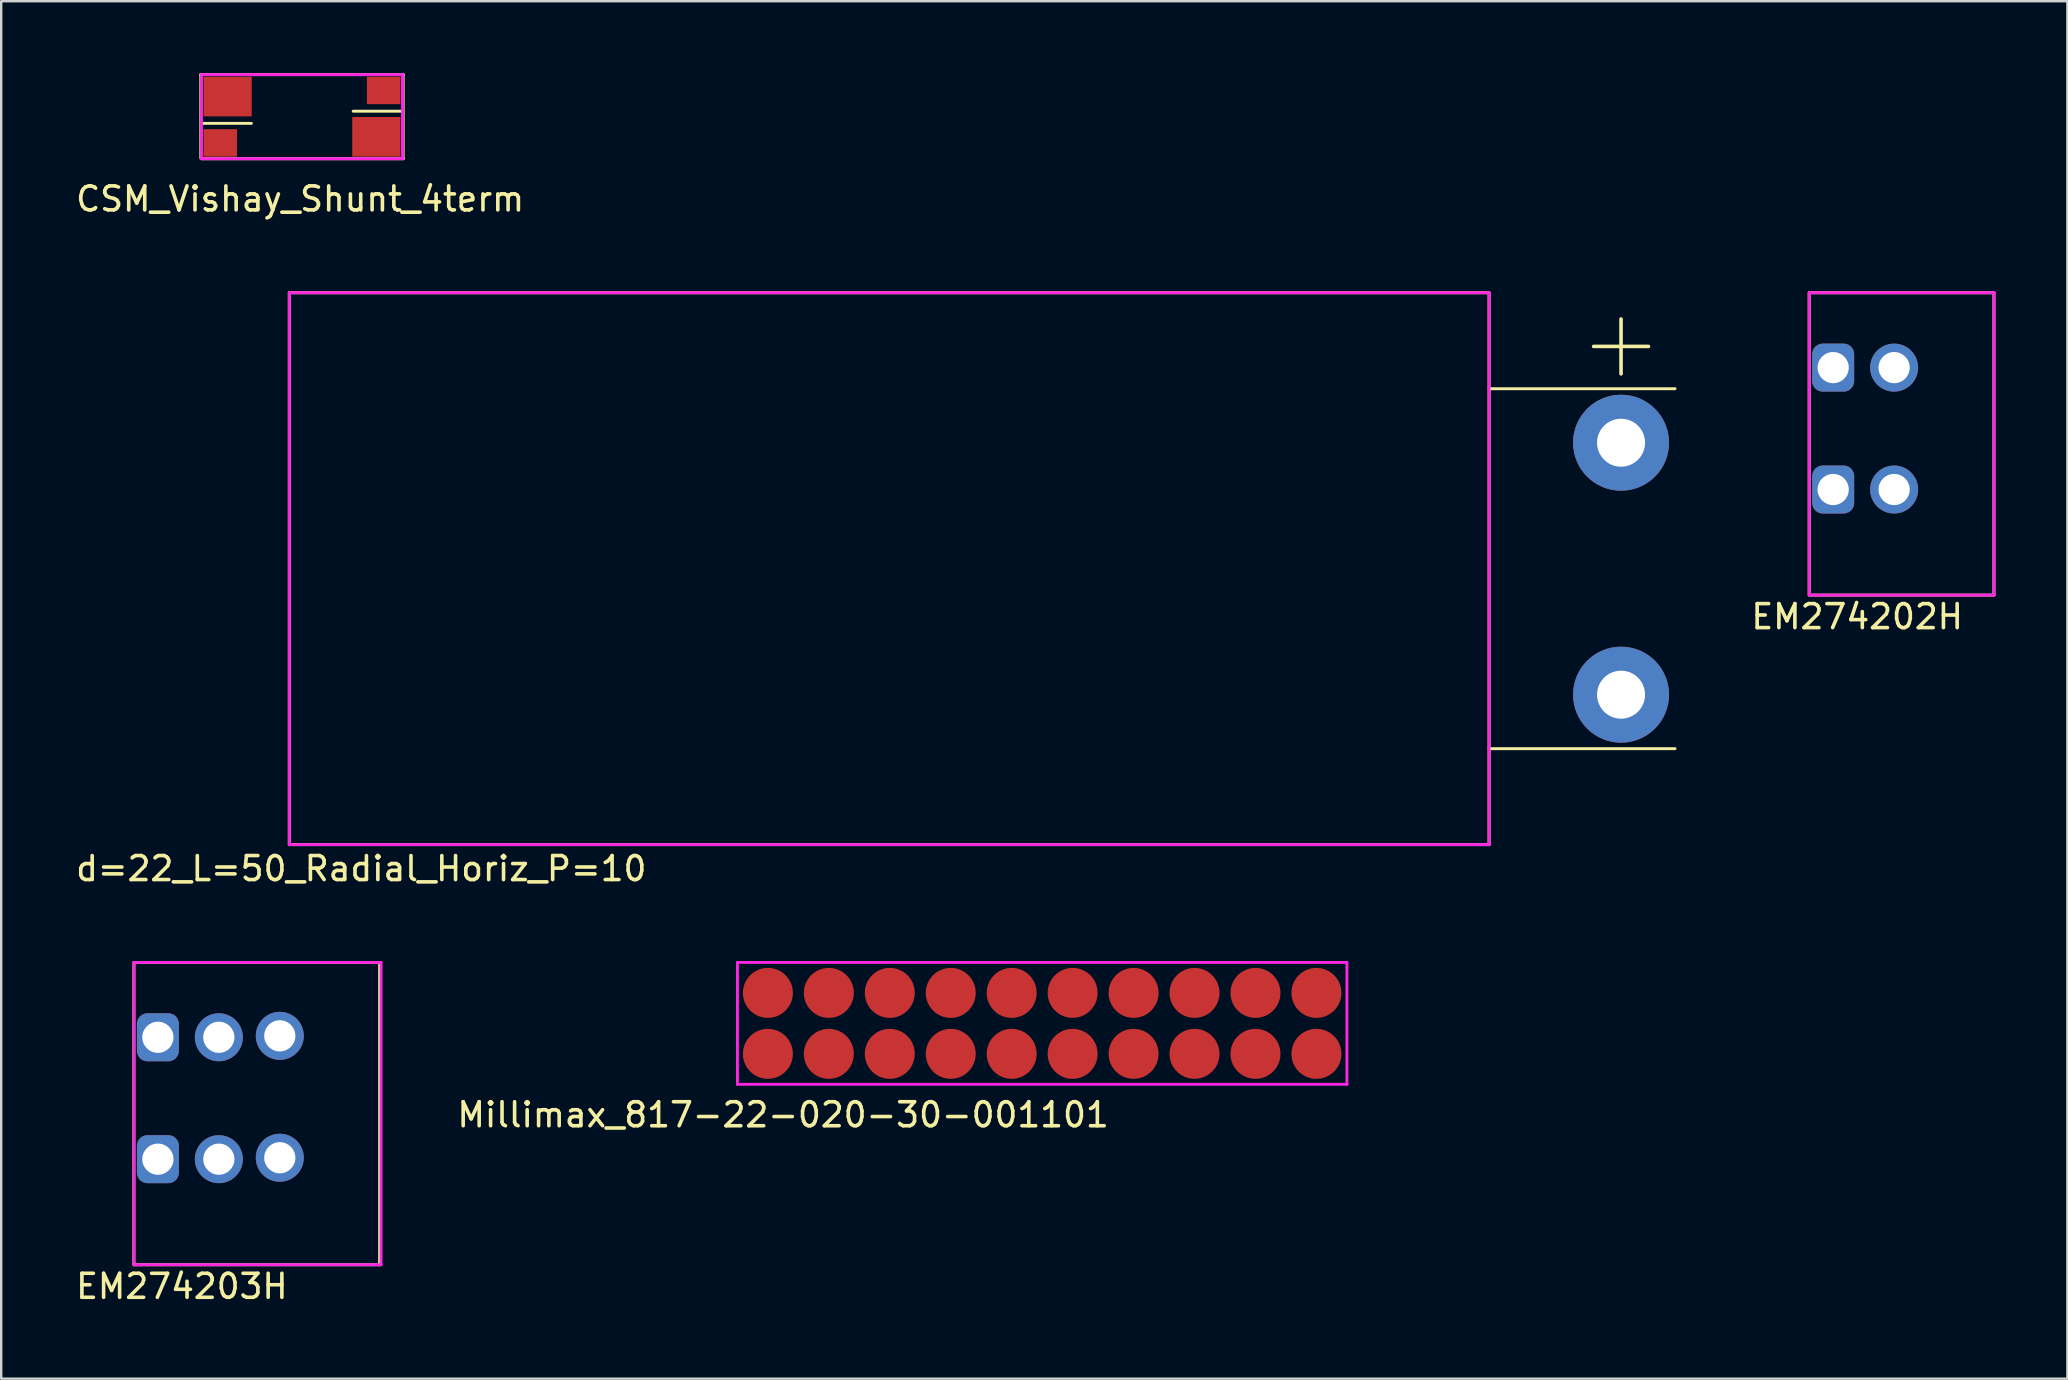
<source format=kicad_pcb>
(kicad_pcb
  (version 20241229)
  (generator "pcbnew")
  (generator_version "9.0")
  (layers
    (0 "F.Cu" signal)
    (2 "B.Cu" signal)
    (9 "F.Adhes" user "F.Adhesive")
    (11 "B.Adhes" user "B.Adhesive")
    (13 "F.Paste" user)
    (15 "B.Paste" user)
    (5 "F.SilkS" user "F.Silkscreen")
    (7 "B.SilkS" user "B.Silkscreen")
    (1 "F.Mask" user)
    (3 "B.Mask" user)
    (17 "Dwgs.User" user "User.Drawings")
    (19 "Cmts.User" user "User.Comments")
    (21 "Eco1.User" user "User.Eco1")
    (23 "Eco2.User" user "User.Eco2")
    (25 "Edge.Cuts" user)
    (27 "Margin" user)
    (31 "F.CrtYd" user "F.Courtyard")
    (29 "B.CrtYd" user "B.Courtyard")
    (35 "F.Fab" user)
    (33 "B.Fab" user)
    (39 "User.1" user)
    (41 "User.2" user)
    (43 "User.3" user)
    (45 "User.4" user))
  (footprint "Millimax_817-22-020-30-001101"
    (layer "F.Cu")
    (at 27.681 42.138)
    (property "Reference" "Millimax_817-22-020-30-001101" (at 1.905 1.27 0) (layer "F.SilkS") (effects (font (size 1 1) (thickness 0.15))))
    (attr through_hole)
    (fp_line (start 0 -5.08) (end 0 0) (stroke (width 0.12) (type solid)) (layer "F.CrtYd"))
    (fp_line (start 0 0) (end 25.4 0) (stroke (width 0.12) (type solid)) (layer "F.CrtYd"))
    (fp_line (start 25.4 -5.08) (end 0 -5.08) (stroke (width 0.12) (type solid)) (layer "F.CrtYd"))
    (fp_line (start 25.4 0) (end 25.4 -5.08) (stroke (width 0.12) (type solid)) (layer "F.CrtYd"))
    (pad "1" smd circle (at 1.27 -1.27) (size 2.083 2.083) (layers "F.Cu" "F.Mask" "F.Paste"))
    (pad "2" smd circle (at 1.27 -3.81) (size 2.083 2.083) (layers "F.Cu" "F.Mask" "F.Paste"))
    (pad "3" smd circle (at 3.81 -1.27) (size 2.083 2.083) (layers "F.Cu" "F.Mask" "F.Paste"))
    (pad "4" smd circle (at 3.81 -3.81) (size 2.083 2.083) (layers "F.Cu" "F.Mask" "F.Paste"))
    (pad "5" smd circle (at 6.35 -1.27) (size 2.083 2.083) (layers "F.Cu" "F.Mask" "F.Paste"))
    (pad "6" smd circle (at 6.35 -3.81) (size 2.083 2.083) (layers "F.Cu" "F.Mask" "F.Paste"))
    (pad "7" smd circle (at 8.89 -1.27) (size 2.083 2.083) (layers "F.Cu" "F.Mask" "F.Paste"))
    (pad "8" smd circle (at 8.89 -3.81) (size 2.083 2.083) (layers "F.Cu" "F.Mask" "F.Paste"))
    (pad "9" smd circle (at 11.43 -1.27) (size 2.083 2.083) (layers "F.Cu" "F.Mask" "F.Paste"))
    (pad "10" smd circle (at 11.43 -3.81) (size 2.083 2.083) (layers "F.Cu" "F.Mask" "F.Paste"))
    (pad "11" smd circle (at 13.97 -1.27) (size 2.083 2.083) (layers "F.Cu" "F.Mask" "F.Paste"))
    (pad "12" smd circle (at 13.97 -3.81) (size 2.083 2.083) (layers "F.Cu" "F.Mask" "F.Paste"))
    (pad "13" smd circle (at 16.51 -1.27) (size 2.083 2.083) (layers "F.Cu" "F.Mask" "F.Paste"))
    (pad "14" smd circle (at 16.51 -3.81) (size 2.083 2.083) (layers "F.Cu" "F.Mask" "F.Paste"))
    (pad "15" smd circle (at 19.05 -1.27) (size 2.083 2.083) (layers "F.Cu" "F.Mask" "F.Paste"))
    (pad "16" smd circle (at 19.05 -3.81) (size 2.083 2.083) (layers "F.Cu" "F.Mask" "F.Paste"))
    (pad "17" smd circle (at 21.59 -1.27) (size 2.083 2.083) (layers "F.Cu" "F.Mask" "F.Paste"))
    (pad "18" smd circle (at 21.59 -3.81) (size 2.083 2.083) (layers "F.Cu" "F.Mask" "F.Paste"))
    (pad "19" smd circle (at 24.13 -1.27) (size 2.083 2.083) (layers "F.Cu" "F.Mask" "F.Paste"))
    (pad "20" smd circle (at 24.13 -3.81) (size 2.083 2.083) (layers "F.Cu" "F.Mask" "F.Paste")))
  (footprint "CSM_Vishay_Shunt_4term"
    (layer "F.Cu")
    (at 9.433 2.092)
    (property "Reference" "CSM_Vishay_Shunt_4term" (at 0.025 3.15 0) (layer "F.SilkS") (effects (font (size 1 1) (thickness 0.15))))
    (attr through_hole)
    (fp_line (start -4.115 -2.032) (end -4.115 1.448) (stroke (width 0.12) (type solid)) (layer "F.SilkS"))
    (fp_line (start -4.089 1.473) (end 4.318 1.473) (stroke (width 0.12) (type solid)) (layer "F.SilkS"))
    (fp_line (start -4.013 0) (end -2.007 0) (stroke (width 0.12) (type solid)) (layer "F.SilkS"))
    (fp_line (start 4.242 -0.508) (end 2.235 -0.508) (stroke (width 0.12) (type solid)) (layer "F.SilkS"))
    (fp_line (start 4.318 -2.032) (end -4.115 -2.032) (stroke (width 0.12) (type solid)) (layer "F.SilkS"))
    (fp_line (start 4.318 1.473) (end 4.318 -2.032) (stroke (width 0.12) (type solid)) (layer "F.SilkS"))
    (fp_line (start -4.089 -2.032) (end 4.293 -2.032) (stroke (width 0.12) (type solid)) (layer "F.CrtYd"))
    (fp_line (start -4.089 1.473) (end -4.089 -2.032) (stroke (width 0.12) (type solid)) (layer "F.CrtYd"))
    (fp_line (start 4.293 -2.032) (end 4.293 1.473) (stroke (width 0.12) (type solid)) (layer "F.CrtYd"))
    (fp_line (start 4.293 1.473) (end -4.089 1.473) (stroke (width 0.12) (type solid)) (layer "F.CrtYd"))
    (pad "1" smd rect (at -2.997 -1.118) (size 2.007 1.651) (layers "F.Cu" "F.Mask" "F.Paste"))
    (pad "2" smd rect (at -3.302 0.813 90) (size 1.143 1.397) (layers "F.Cu" "F.Mask" "F.Paste"))
    (pad "3" smd rect (at 3.505 -1.372 90) (size 1.143 1.397) (layers "F.Cu" "F.Mask" "F.Paste"))
    (pad "4" smd rect (at 3.2 0.559) (size 2.007 1.651) (layers "F.Cu" "F.Mask" "F.Paste")))
  (footprint "d=22_L=50_Radial_Horiz_P=10"
    (layer "F.Cu")
    (at 9.006 32.15)
    (property "Reference" "d=22_L=50_Radial_Horiz_P=10" (at 3 1 0) (layer "F.SilkS") (effects (font (size 1 1) (thickness 0.15))))
    (attr through_hole)
    (fp_line (start 0 -23) (end 50 -23) (stroke (width 0.12) (type solid)) (layer "F.SilkS"))
    (fp_line (start 0 0) (end 0 -23) (stroke (width 0.12) (type solid)) (layer "F.SilkS"))
    (fp_line (start 50 -23) (end 50 0) (stroke (width 0.12) (type solid)) (layer "F.SilkS"))
    (fp_line (start 50 -19) (end 57.75 -19) (stroke (width 0.12) (type solid)) (layer "F.SilkS"))
    (fp_line (start 50 0) (end 0 0) (stroke (width 0.12) (type solid)) (layer "F.SilkS"))
    (fp_line (start 57.75 -4) (end 50 -4) (stroke (width 0.12) (type solid)) (layer "F.SilkS"))
    (fp_line (start 0 -23) (end 50 -23) (stroke (width 0.12) (type solid)) (layer "F.CrtYd"))
    (fp_line (start 0 0) (end 0 -23) (stroke (width 0.12) (type solid)) (layer "F.CrtYd"))
    (fp_line (start 0 0) (end 50 0) (stroke (width 0.12) (type solid)) (layer "F.CrtYd"))
    (fp_line (start 50 0) (end 50 -23) (stroke (width 0.12) (type solid)) (layer "F.CrtYd"))
    (fp_text user "+" (at 55.5 -21 0) (layer "F.SilkS") (effects (font (size 3 3) (thickness 0.15))))
    (pad "1" thru_hole circle (at 55.5 -16.75) (size 4 4) (drill 2) (layers "*.Cu" "*.Mask"))
    (pad "2" thru_hole circle (at 55.5 -6.25) (size 4 4) (drill 2) (layers "*.Cu" "*.Mask")))
  (footprint "EM274203H"
    (layer "F.Cu")
    (at 6.43 42.658)
    (property "Reference" "EM274203H" (at -1.9 7.9 0) (layer "F.SilkS") (effects (font (size 1 1) (thickness 0.15))))
    (attr through_hole)
    (fp_line (start -3.9 7) (end -3.9 -5.6) (stroke (width 0.12) (type solid)) (layer "F.SilkS"))
    (fp_line (start -3.88 -5.6) (end 6.34 -5.6) (stroke (width 0.12) (type solid)) (layer "F.SilkS"))
    (fp_line (start -3.88 7) (end 6.34 7) (stroke (width 0.12) (type solid)) (layer "F.SilkS"))
    (fp_line (start 6.34 -5.6) (end 6.34 7) (stroke (width 0.12) (type solid)) (layer "F.SilkS"))
    (fp_line (start -3.9 -5.6) (end 6.4 -5.6) (stroke (width 0.12) (type solid)) (layer "F.CrtYd"))
    (fp_line (start -3.9 7) (end -3.9 -5.6) (stroke (width 0.12) (type solid)) (layer "F.CrtYd"))
    (fp_line (start 6.4 -5.6) (end 6.4 7) (stroke (width 0.12) (type solid)) (layer "F.CrtYd"))
    (fp_line (start 6.4 7) (end -3.9 7) (stroke (width 0.12) (type solid)) (layer "F.CrtYd"))
    (pad "1" thru_hole roundrect (at -2.9 -2.48) (size 1.75 2) (drill 1.3) (layers "*.Cu" "*.Mask") (roundrect_rratio 0.25))
    (pad "1" thru_hole roundrect (at -2.9 2.6) (size 1.75 2) (drill 1.3) (layers "*.Cu" "*.Mask") (roundrect_rratio 0.25))
    (pad "2" thru_hole circle (at -0.36 -2.48) (size 2 2) (drill 1.3) (layers "*.Cu" "*.Mask"))
    (pad "2" thru_hole circle (at -0.36 2.6) (size 2 2) (drill 1.3) (layers "*.Cu" "*.Mask"))
    (pad "3" thru_hole circle (at 2.18 -2.54) (size 2 2) (drill 1.3) (layers "*.Cu" "*.Mask"))
    (pad "3" thru_hole circle (at 2.18 2.54) (size 2 2) (drill 1.3) (layers "*.Cu" "*.Mask")))
  (footprint "EM274202H"
    (layer "F.Cu")
    (at 76.246 14.75)
    (property "Reference" "EM274202H" (at -1.9 7.9 0) (layer "F.SilkS") (effects (font (size 1 1) (thickness 0.15))))
    (attr through_hole)
    (fp_line (start -3.9 7) (end -3.9 -5.6) (stroke (width 0.12) (type solid)) (layer "F.SilkS"))
    (fp_line (start -3.88 -5.6) (end 3.8 -5.6) (stroke (width 0.12) (type solid)) (layer "F.SilkS"))
    (fp_line (start -3.88 7) (end 3.8 7) (stroke (width 0.12) (type solid)) (layer "F.SilkS"))
    (fp_line (start 3.8 -5.6) (end 3.8 7) (stroke (width 0.12) (type solid)) (layer "F.SilkS"))
    (fp_line (start -3.9 -5.6) (end 3.8 -5.6) (stroke (width 0.12) (type solid)) (layer "F.CrtYd"))
    (fp_line (start -3.9 7) (end -3.9 -5.6) (stroke (width 0.12) (type solid)) (layer "F.CrtYd"))
    (fp_line (start 3.8 -5.6) (end 3.8 7) (stroke (width 0.12) (type solid)) (layer "F.CrtYd"))
    (fp_line (start 3.8 7) (end -3.9 7) (stroke (width 0.12) (type solid)) (layer "F.CrtYd"))
    (pad "1" thru_hole roundrect (at -2.9 -2.48) (size 1.75 2) (drill 1.3) (layers "*.Cu" "*.Mask") (roundrect_rratio 0.25))
    (pad "1" thru_hole roundrect (at -2.9 2.6) (size 1.75 2) (drill 1.3) (layers "*.Cu" "*.Mask") (roundrect_rratio 0.25))
    (pad "2" thru_hole circle (at -0.36 -2.48) (size 2 2) (drill 1.3) (layers "*.Cu" "*.Mask"))
    (pad "2" thru_hole circle (at -0.36 2.6) (size 2 2) (drill 1.3) (layers "*.Cu" "*.Mask")))
  (gr_rect
    (start -3 -3)
    (end 83.106 54.406)
    (stroke (width 0.1) (type default))
    (fill no)
    (layer "Edge.Cuts")))
</source>
